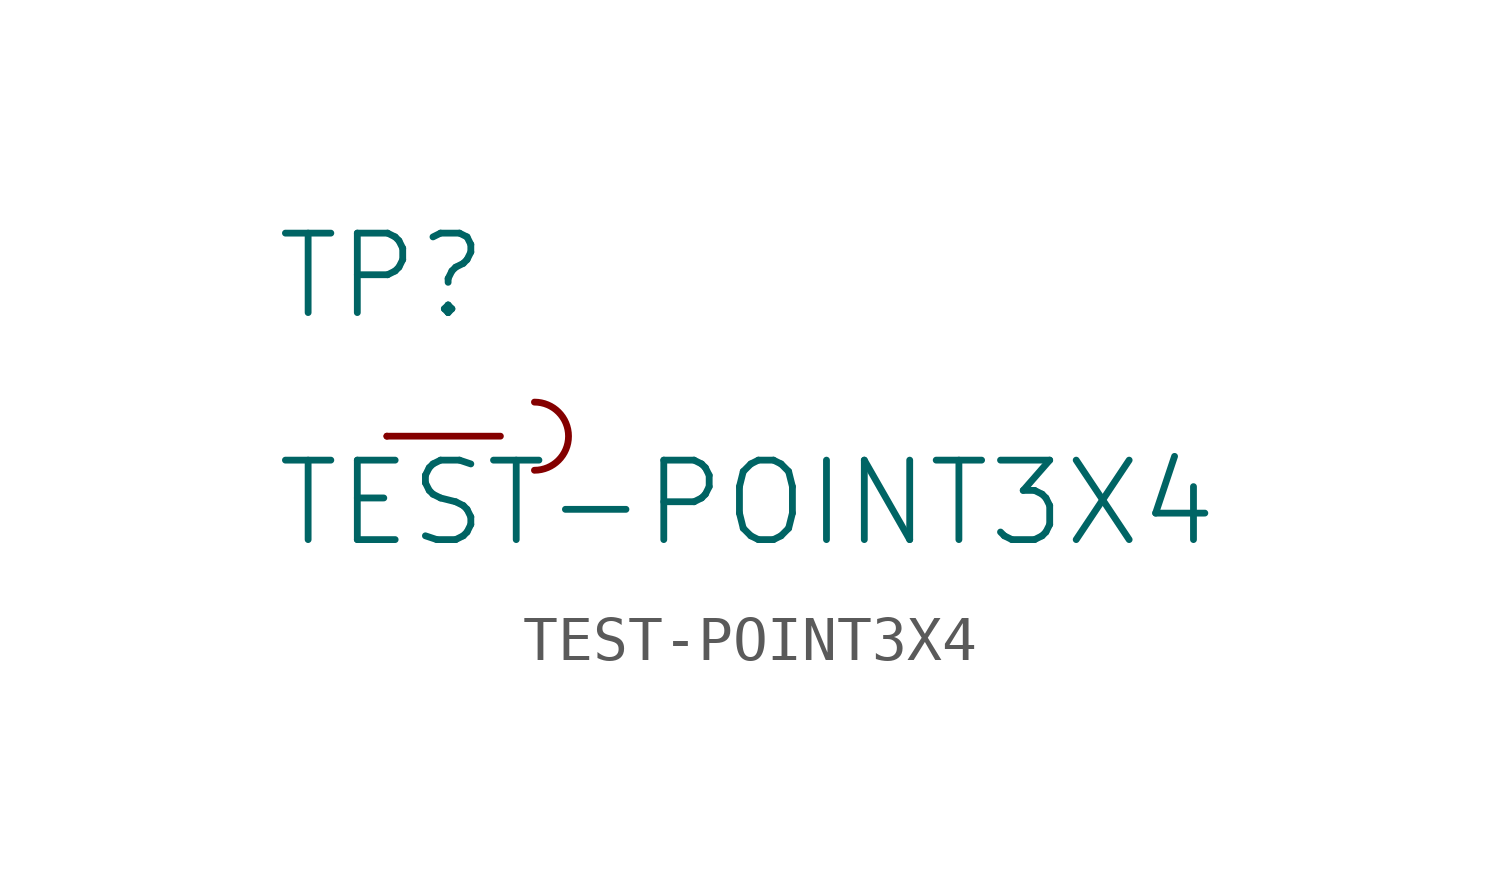
<source format=kicad_sym>
(kicad_symbol_lib
  (version 20211014)
  (generator kicad_symbol_editor)
  (symbol "TEST-POINT3X4"
    (property "Reference" "TP"
      (at -2.54 2.54 0)
      (effects (font (size 1.778 1.778)) (justify left bottom)))
    (property "Value" "TEST-POINT3X4"
      (at -2.54 -2.54 0)
      (effects (font (size 1.778 1.778)) (justify left bottom)))
    (property "ki_locked" ""
      (at 0 0 0)
      (effects (font (size 1.27 1.27))))
    (symbol "TEST-POINT3X4_1_0"
      (polyline (pts (xy 2.54 0) (xy 0 0)) (stroke (width 0.152) (type default) (color 0 0 0 0)) (fill (type none)))
      (arc (start 3.302 -0.762) (mid 4.064 0) (end 3.302 0.762) (stroke (width 0.1524) (type default) (color 0 0 0 0)) (fill (type none)))
      (pin bidirectional line (at 0 0 180) (length 0) (name "1" (effects (font (size 0 0)))) (number "P$1" (effects (font (size 0 0))))))))
</source>
